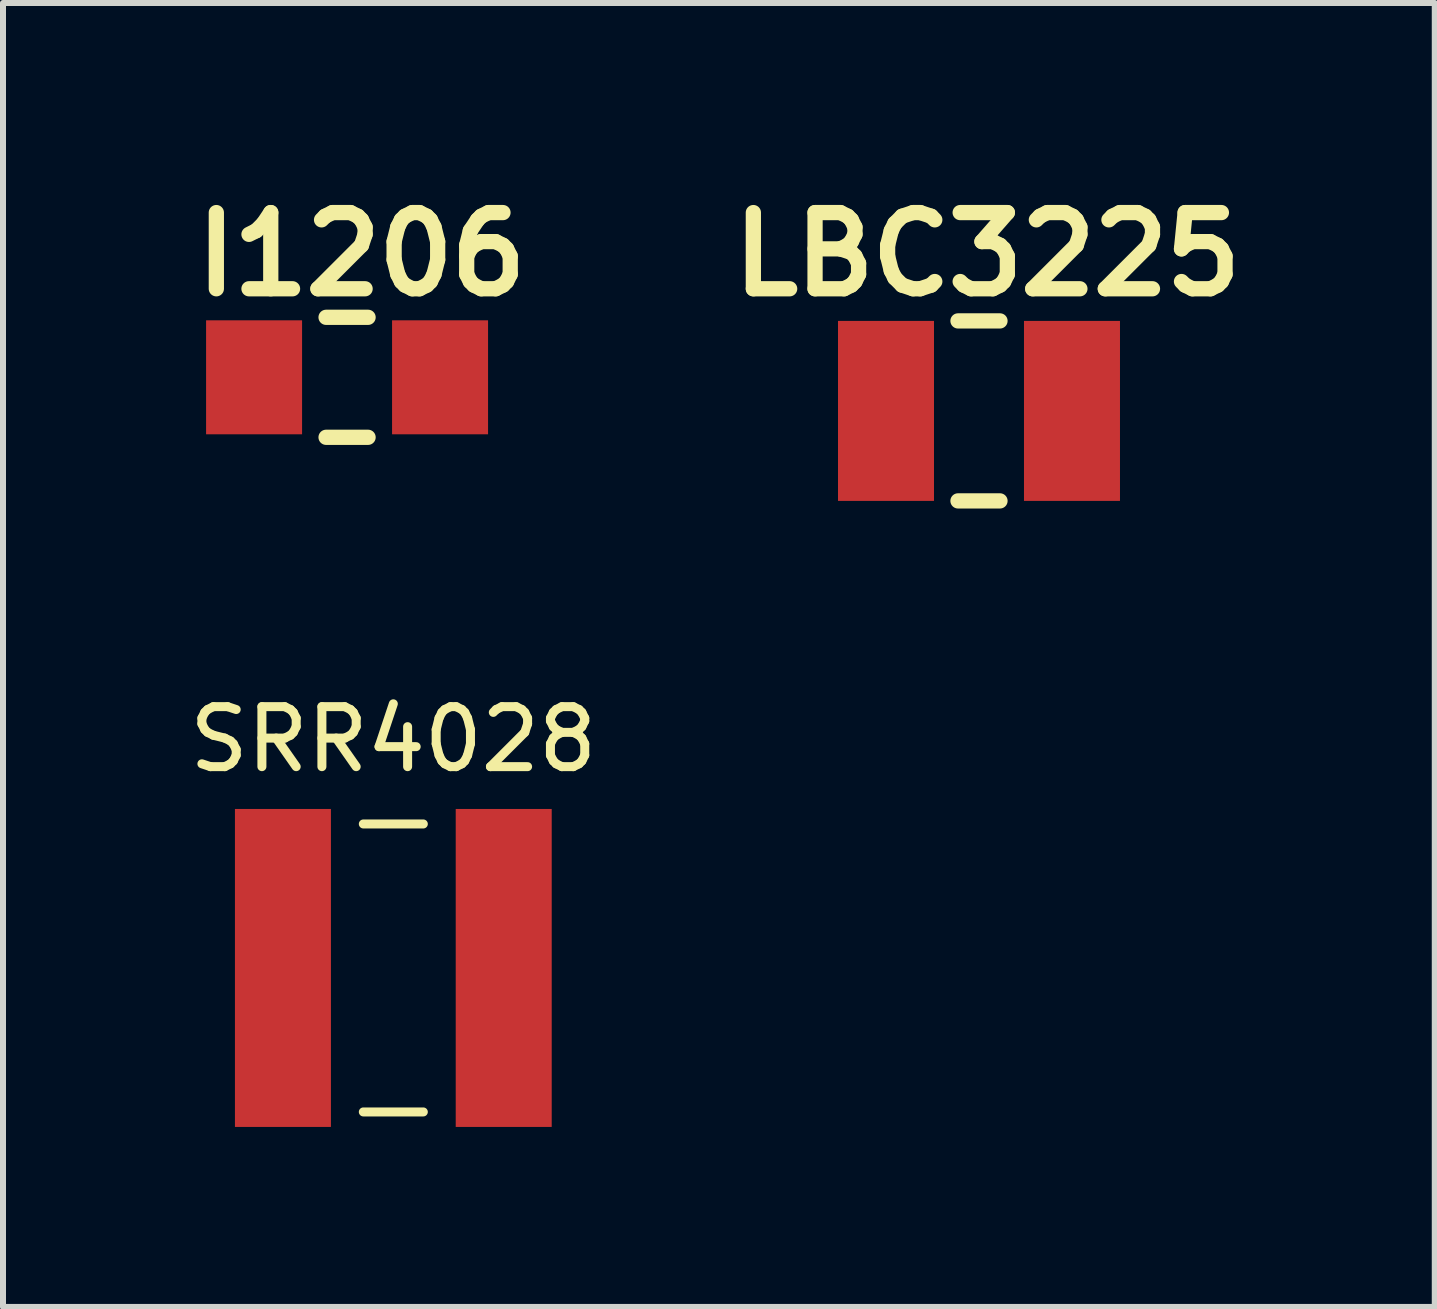
<source format=kicad_pcb>
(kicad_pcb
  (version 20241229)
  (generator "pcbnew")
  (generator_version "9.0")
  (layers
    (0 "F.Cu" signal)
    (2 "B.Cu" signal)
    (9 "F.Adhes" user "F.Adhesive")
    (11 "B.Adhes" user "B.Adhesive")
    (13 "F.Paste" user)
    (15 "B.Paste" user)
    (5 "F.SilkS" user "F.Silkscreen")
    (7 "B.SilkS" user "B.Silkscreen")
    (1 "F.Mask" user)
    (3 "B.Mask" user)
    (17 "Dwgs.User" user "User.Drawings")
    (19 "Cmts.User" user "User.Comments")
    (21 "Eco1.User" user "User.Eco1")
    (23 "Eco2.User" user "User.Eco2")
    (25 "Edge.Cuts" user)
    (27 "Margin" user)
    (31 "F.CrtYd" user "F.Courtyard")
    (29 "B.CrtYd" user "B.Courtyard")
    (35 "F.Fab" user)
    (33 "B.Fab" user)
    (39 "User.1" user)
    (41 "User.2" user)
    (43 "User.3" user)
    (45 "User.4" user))
  (footprint "SRR4028"
    (layer "F.Cu")
    (at 3.506 13.084)
    (property "Reference" "SRR4028" (at 0 -3.81 0) (layer "F.SilkS") (effects (font (size 1 1) (thickness 0.15))))
    (attr through_hole)
    (fp_line (start -0.5 -2.4) (end 0.5 -2.4) (stroke (width 0.15) (type solid)) (layer "F.SilkS"))
    (fp_line (start -0.5 2.4) (end 0.5 2.4) (stroke (width 0.15) (type solid)) (layer "F.SilkS"))
    (pad "1" smd rect (at -1.84 0) (size 1.6 5.3) (layers "F.Cu" "F.Mask" "F.Paste"))
    (pad "2" smd rect (at 1.84 0) (size 1.6 5.3) (layers "F.Cu" "F.Mask" "F.Paste")))
  (footprint "LBC3225"
    (layer "F.Cu")
    (at 11.718 3.799)
    (property "Reference" "LBC3225" (at 1.69 -2.61 0) (layer "F.SilkS") (effects (font (size 1.27 1.27) (thickness 0.254))))
    (attr through_hole)
    (fp_line (start 1.2 -1.5) (end 1.9 -1.5) (stroke (width 0.254) (type solid)) (layer "F.SilkS"))
    (fp_line (start 1.2 1.5) (end 1.9 1.5) (stroke (width 0.254) (type solid)) (layer "F.SilkS"))
    (pad "1" smd rect (at 0 0) (size 1.6 3) (layers "F.Cu" "F.Mask" "F.Paste"))
    (pad "2" smd rect (at 3.1 0) (size 1.6 3) (layers "F.Cu" "F.Mask" "F.Paste")))
  (footprint "I1206"
    (layer "F.Cu")
    (at 1.185 3.239)
    (property "Reference" "I1206" (at 1.79 -2.05 0) (layer "F.SilkS") (effects (font (size 1.27 1.27) (thickness 0.254))))
    (attr through_hole)
    (fp_line (start 1.2 -1) (end 1.9 -1) (stroke (width 0.254) (type solid)) (layer "F.SilkS"))
    (fp_line (start 1.2 1) (end 1.9 1) (stroke (width 0.254) (type solid)) (layer "F.SilkS"))
    (pad "1" smd rect (at 0 0) (size 1.6 1.9) (layers "F.Cu" "F.Mask" "F.Paste"))
    (pad "2" smd rect (at 3.1 0) (size 1.6 1.9) (layers "F.Cu" "F.Mask" "F.Paste")))
  (gr_rect
    (start -3 -3)
    (end 20.865 18.734)
    (stroke (width 0.1) (type default))
    (fill no)
    (layer "Edge.Cuts")))
</source>
